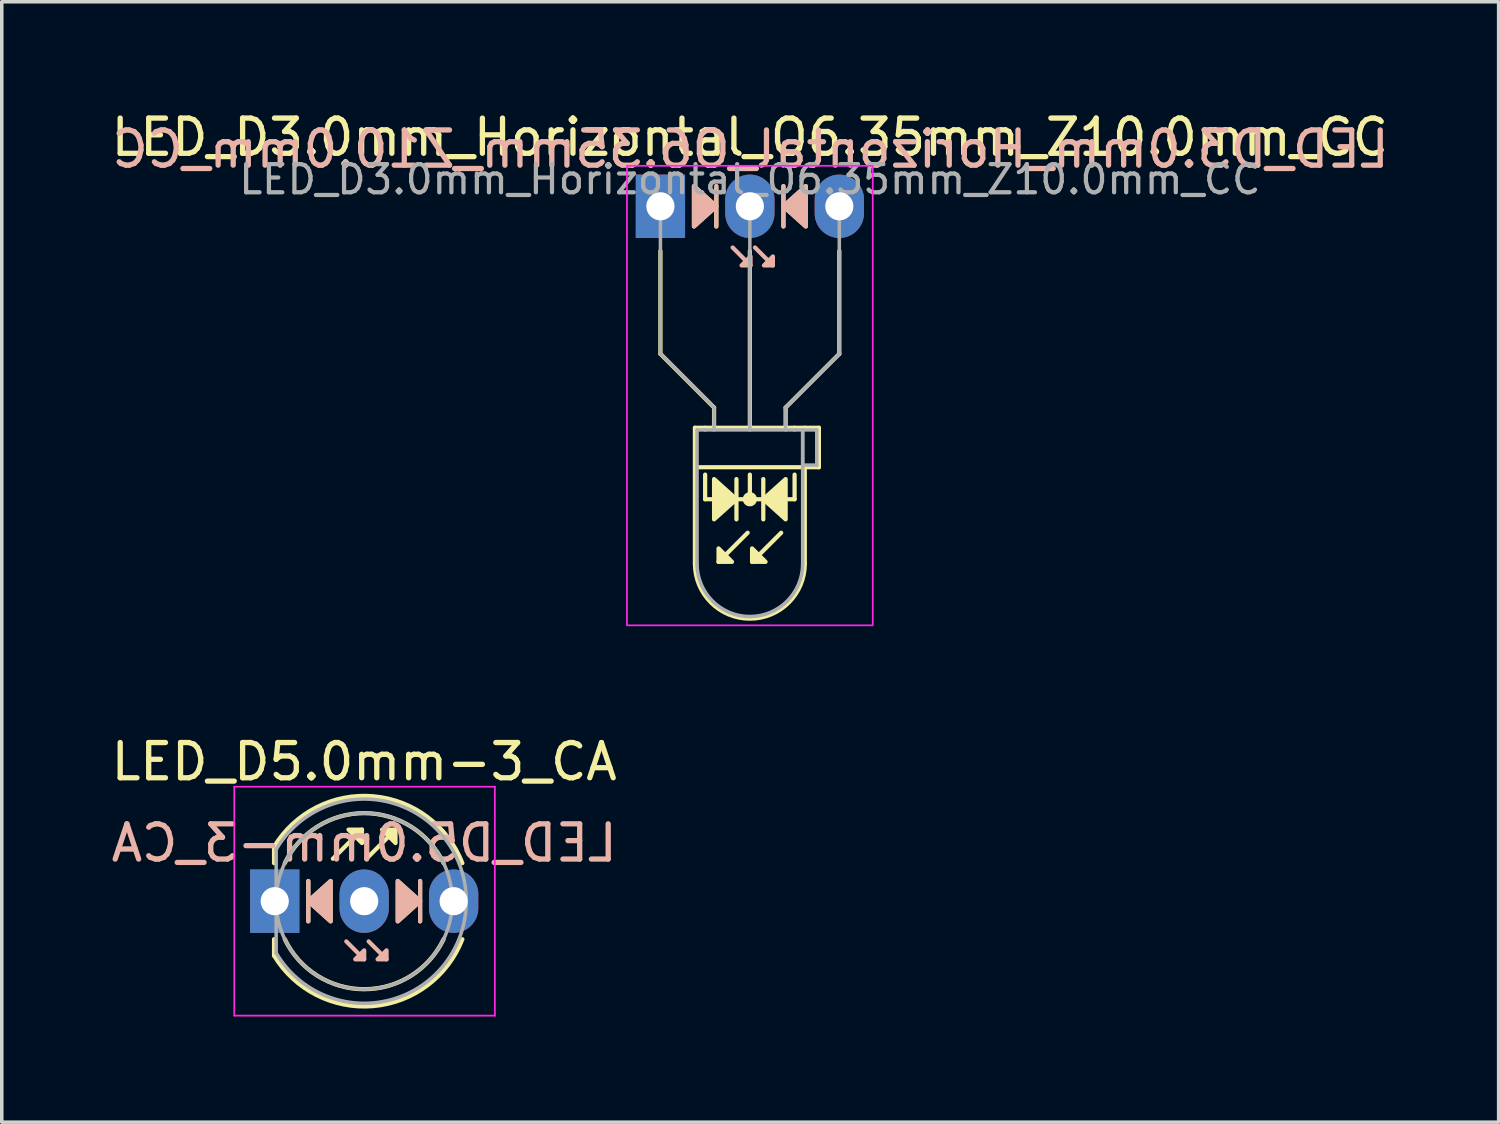
<source format=kicad_pcb>
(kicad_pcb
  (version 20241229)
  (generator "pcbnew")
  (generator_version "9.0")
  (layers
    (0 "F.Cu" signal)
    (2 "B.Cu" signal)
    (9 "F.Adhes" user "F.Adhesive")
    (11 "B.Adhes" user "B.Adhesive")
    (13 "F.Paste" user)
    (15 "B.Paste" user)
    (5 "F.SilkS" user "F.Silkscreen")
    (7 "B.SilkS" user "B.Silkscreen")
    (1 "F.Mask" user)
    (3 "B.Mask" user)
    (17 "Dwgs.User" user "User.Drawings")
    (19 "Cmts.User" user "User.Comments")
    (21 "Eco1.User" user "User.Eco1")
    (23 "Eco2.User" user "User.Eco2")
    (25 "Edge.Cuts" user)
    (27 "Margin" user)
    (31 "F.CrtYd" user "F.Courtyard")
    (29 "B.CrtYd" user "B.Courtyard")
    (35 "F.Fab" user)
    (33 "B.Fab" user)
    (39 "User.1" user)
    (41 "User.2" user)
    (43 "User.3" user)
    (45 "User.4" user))
  (footprint "LED_D5.0mm-3_CA"
    (layer "F.Cu")
    (at 4.752 22.541)
    (property "Reference" "LED_D5.0mm-3_CA" (at 2.54 -3.96 0) (layer "F.SilkS") (effects (font (size 1 1) (thickness 0.15))))
    (fp_line (start -0.02 -1.545) (end -0.02 -1.08) (stroke (width 0.12) (type solid)) (layer "F.SilkS"))
    (fp_line (start -0.02 1.08) (end -0.02 1.545) (stroke (width 0.12) (type solid)) (layer "F.SilkS"))
    (fp_line (start 0.953 -0.572) (end 0.953 0.572) (stroke (width 0.12) (type solid)) (layer "F.SilkS"))
    (fp_line (start 1.651 -1.206) (end 2.477 -2.032) (stroke (width 0.12) (type solid)) (layer "F.SilkS"))
    (fp_line (start 2.603 -1.206) (end 3.429 -2.032) (stroke (width 0.12) (type solid)) (layer "F.SilkS"))
    (fp_line (start 4.128 0.572) (end 4.128 -0.572) (stroke (width 0.12) (type solid)) (layer "F.SilkS"))
    (fp_arc (start -0.02 -1.54483) (mid 2.798456 -2.978809) (end 5.327815 -1.080827) (stroke (width 0.12) (type solid)) (layer "F.SilkS"))
    (fp_arc (start 0.285316 -1.08) (mid 2.539762 -2.5) (end 4.794479 -1.080429) (stroke (width 0.12) (type solid)) (layer "F.SilkS"))
    (fp_arc (start 4.794479 1.080429) (mid 2.539762 2.5) (end 0.285316 1.08) (stroke (width 0.12) (type solid)) (layer "F.SilkS"))
    (fp_arc (start 5.327815 1.080827) (mid 2.798456 2.978808) (end -0.02 1.54483) (stroke (width 0.12) (type solid)) (layer "F.SilkS"))
    (fp_poly (pts (xy 1.587 0.572) (xy 0.953 0) (xy 1.587 -0.572)) (stroke (width 0.12) (type solid)) (fill yes) (layer "F.SilkS"))
    (fp_poly (pts (xy 2.477 -1.651) (xy 2.095 -2.032) (xy 2.477 -2.032)) (stroke (width 0.12) (type solid)) (fill yes) (layer "F.SilkS"))
    (fp_poly (pts (xy 3.429 -1.651) (xy 3.048 -2.032) (xy 3.429 -2.032)) (stroke (width 0.12) (type solid)) (fill yes) (layer "F.SilkS"))
    (fp_poly (pts (xy 3.493 -0.572) (xy 4.128 0) (xy 3.493 0.572)) (stroke (width 0.12) (type solid)) (fill yes) (layer "F.SilkS"))
    (fp_line (start 0.953 -0.572) (end 0.953 0.572) (stroke (width 0.12) (type solid)) (layer "B.SilkS"))
    (fp_line (start 2.54 1.651) (end 2.032 1.143) (stroke (width 0.12) (type solid)) (layer "B.SilkS"))
    (fp_line (start 3.175 1.651) (end 2.667 1.143) (stroke (width 0.12) (type solid)) (layer "B.SilkS"))
    (fp_line (start 4.128 0.572) (end 4.128 -0.572) (stroke (width 0.12) (type solid)) (layer "B.SilkS"))
    (fp_poly (pts (xy 1.587 0.572) (xy 0.953 0) (xy 1.587 -0.572)) (stroke (width 0.12) (type solid)) (fill yes) (layer "B.SilkS"))
    (fp_poly (pts (xy 2.54 1.397) (xy 2.286 1.651) (xy 2.54 1.651)) (stroke (width 0.12) (type solid)) (fill yes) (layer "B.SilkS"))
    (fp_poly (pts (xy 3.175 1.397) (xy 2.921 1.651) (xy 3.175 1.651)) (stroke (width 0.12) (type solid)) (fill yes) (layer "B.SilkS"))
    (fp_poly (pts (xy 3.493 0.572) (xy 4.128 0) (xy 3.493 -0.572)) (stroke (width 0.12) (type solid)) (fill yes) (layer "B.SilkS"))
    (fp_line (start -1.15 -3.25) (end -1.15 3.25) (stroke (width 0.05) (type solid)) (layer "F.CrtYd"))
    (fp_line (start -1.15 3.25) (end 6.25 3.25) (stroke (width 0.05) (type solid)) (layer "F.CrtYd"))
    (fp_line (start 6.25 -3.25) (end -1.15 -3.25) (stroke (width 0.05) (type solid)) (layer "F.CrtYd"))
    (fp_line (start 6.25 3.25) (end 6.25 -3.25) (stroke (width 0.05) (type solid)) (layer "F.CrtYd"))
    (fp_line (start 0.04 -1.47) (end 0.04 1.47) (stroke (width 0.1) (type solid)) (layer "F.Fab"))
    (fp_arc (start 0.04 -1.469694) (mid 5.44 0.000016) (end 0.039984 1.469666) (stroke (width 0.1) (type solid)) (layer "F.Fab"))
    (fp_circle (center 2.54 0) (end 5.04 0) (stroke (width 0.1) (type solid)) (fill no) (layer "F.Fab"))
    (fp_text user "${REFERENCE}" (at 2.54 -1.651 0) (layer "B.SilkS") (effects (font (size 1 1) (thickness 0.15)) (justify mirror)))
    (pad "1" thru_hole rect (at 0 0) (size 1.4 1.8) (drill 0.8) (layers "*.Cu" "*.Mask"))
    (pad "2" thru_hole oval (at 2.54 0) (size 1.4 1.8) (drill 0.8) (layers "*.Cu" "*.Mask"))
    (pad "3" thru_hole oval (at 5.08 0) (size 1.4 1.8) (drill 0.8) (layers "*.Cu" "*.Mask")))
  (footprint "LED_D3.0mm_Horizontal_O6.35mm_Z10.0mm_CC"
    (layer "F.Cu")
    (at 15.704 2.808)
    (property "Reference" "LED_D3.0mm_Horizontal_O6.35mm_Z10.0mm_CC" (at 2.54 -1.96 0) (layer "F.SilkS") (effects (font (size 1 1) (thickness 0.15))))
    (fp_line (start 0 1.27) (end 0 4.191) (stroke (width 0.12) (type default)) (layer "F.SilkS"))
    (fp_line (start 0 4.191) (end 1.524 5.715) (stroke (width 0.12) (type default)) (layer "F.SilkS"))
    (fp_line (start 0.98 6.29) (end 0.98 10.15) (stroke (width 0.12) (type solid)) (layer "F.SilkS"))
    (fp_line (start 0.98 6.29) (end 4.1 6.29) (stroke (width 0.12) (type solid)) (layer "F.SilkS"))
    (fp_line (start 1.27 6.29) (end 1.27 6.29) (stroke (width 0.12) (type solid)) (layer "F.SilkS"))
    (fp_line (start 1.27 8.319) (end 1.27 7.62) (stroke (width 0.12) (type default)) (layer "F.SilkS"))
    (fp_line (start 1.524 5.715) (end 1.524 6.223) (stroke (width 0.12) (type default)) (layer "F.SilkS"))
    (fp_line (start 1.587 0.572) (end 1.587 -0.572) (stroke (width 0.12) (type solid)) (layer "F.SilkS"))
    (fp_line (start 2.159 8.89) (end 2.159 7.747) (stroke (width 0.12) (type solid)) (layer "F.SilkS"))
    (fp_line (start 2.477 9.271) (end 1.651 10.097) (stroke (width 0.12) (type solid)) (layer "F.SilkS"))
    (fp_line (start 2.54 6.29) (end 2.54 1.27) (stroke (width 0.12) (type default)) (layer "F.SilkS"))
    (fp_line (start 2.54 8.319) (end 2.54 7.62) (stroke (width 0.12) (type default)) (layer "F.SilkS"))
    (fp_line (start 2.921 7.747) (end 2.921 8.89) (stroke (width 0.12) (type solid)) (layer "F.SilkS"))
    (fp_line (start 3.429 9.271) (end 2.603 10.097) (stroke (width 0.12) (type solid)) (layer "F.SilkS"))
    (fp_line (start 3.493 -0.572) (end 3.493 0.572) (stroke (width 0.12) (type solid)) (layer "F.SilkS"))
    (fp_line (start 3.556 5.715) (end 3.556 6.223) (stroke (width 0.12) (type default)) (layer "F.SilkS"))
    (fp_line (start 3.81 6.29) (end 3.81 6.29) (stroke (width 0.12) (type solid)) (layer "F.SilkS"))
    (fp_line (start 3.81 8.319) (end 1.27 8.319) (stroke (width 0.12) (type default)) (layer "F.SilkS"))
    (fp_line (start 3.81 8.319) (end 3.81 7.62) (stroke (width 0.12) (type default)) (layer "F.SilkS"))
    (fp_line (start 4.1 6.29) (end 4.5 6.29) (stroke (width 0.12) (type solid)) (layer "F.SilkS"))
    (fp_line (start 4.1 7.41) (end 4.1 10.15) (stroke (width 0.12) (type solid)) (layer "F.SilkS"))
    (fp_line (start 4.5 6.29) (end 4.5 7.41) (stroke (width 0.12) (type solid)) (layer "F.SilkS"))
    (fp_line (start 4.5 7.41) (end 1.016 7.41) (stroke (width 0.12) (type solid)) (layer "F.SilkS"))
    (fp_line (start 5.08 1.27) (end 5.08 4.191) (stroke (width 0.12) (type default)) (layer "F.SilkS"))
    (fp_line (start 5.08 4.191) (end 3.556 5.715) (stroke (width 0.12) (type default)) (layer "F.SilkS"))
    (fp_arc (start 4.1 10.15) (mid 2.54 11.71) (end 0.98 10.15) (stroke (width 0.12) (type solid)) (layer "F.SilkS"))
    (fp_circle (center 2.54 8.319) (end 2.682 8.319) (stroke (width 0.12) (type solid)) (fill yes) (layer "F.SilkS"))
    (fp_poly (pts (xy 0.953 -0.572) (xy 1.587 0) (xy 0.953 0.572)) (stroke (width 0.12) (type solid)) (fill yes) (layer "F.SilkS"))
    (fp_poly (pts (xy 1.524 7.747) (xy 2.159 8.319) (xy 1.524 8.89)) (stroke (width 0.12) (type solid)) (fill yes) (layer "F.SilkS"))
    (fp_poly (pts (xy 1.651 9.716) (xy 2.032 10.097) (xy 1.651 10.097)) (stroke (width 0.12) (type solid)) (fill yes) (layer "F.SilkS"))
    (fp_poly (pts (xy 2.603 9.716) (xy 2.985 10.097) (xy 2.603 10.097)) (stroke (width 0.12) (type solid)) (fill yes) (layer "F.SilkS"))
    (fp_poly (pts (xy 3.556 8.89) (xy 2.921 8.319) (xy 3.556 7.747)) (stroke (width 0.12) (type solid)) (fill yes) (layer "F.SilkS"))
    (fp_poly (pts (xy 4.128 0.572) (xy 3.493 0) (xy 4.128 -0.572)) (stroke (width 0.12) (type solid)) (fill yes) (layer "F.SilkS"))
    (fp_line (start 1.587 0.572) (end 1.587 -0.572) (stroke (width 0.12) (type solid)) (layer "B.SilkS"))
    (fp_line (start 2.559 1.679) (end 2.051 1.171) (stroke (width 0.12) (type solid)) (layer "B.SilkS"))
    (fp_line (start 3.194 1.679) (end 2.686 1.171) (stroke (width 0.12) (type solid)) (layer "B.SilkS"))
    (fp_line (start 3.493 -0.572) (end 3.493 0.572) (stroke (width 0.12) (type solid)) (layer "B.SilkS"))
    (fp_poly (pts (xy 0.953 0.572) (xy 1.587 0) (xy 0.953 -0.572)) (stroke (width 0.12) (type solid)) (fill yes) (layer "B.SilkS"))
    (fp_poly (pts (xy 2.559 1.425) (xy 2.305 1.679) (xy 2.559 1.679)) (stroke (width 0.12) (type solid)) (fill yes) (layer "B.SilkS"))
    (fp_poly (pts (xy 3.194 1.425) (xy 2.94 1.679) (xy 3.194 1.679)) (stroke (width 0.12) (type solid)) (fill yes) (layer "B.SilkS"))
    (fp_poly (pts (xy 4.128 0.572) (xy 3.493 0) (xy 4.128 -0.572)) (stroke (width 0.12) (type solid)) (fill yes) (layer "B.SilkS"))
    (fp_rect (start -0.95 -1.15) (end 6.03 11.9) (stroke (width 0.05) (type default)) (fill no) (layer "F.CrtYd"))
    (fp_line (start 0 0) (end 0 0) (stroke (width 0.1) (type solid)) (layer "F.Fab"))
    (fp_line (start 0 4.191) (end 0 0) (stroke (width 0.1) (type default)) (layer "F.Fab"))
    (fp_line (start 1.04 6.35) (end 1.04 10.15) (stroke (width 0.1) (type solid)) (layer "F.Fab"))
    (fp_line (start 1.04 6.35) (end 4.04 6.35) (stroke (width 0.1) (type solid)) (layer "F.Fab"))
    (fp_line (start 1.27 6.35) (end 1.27 6.35) (stroke (width 0.1) (type solid)) (layer "F.Fab"))
    (fp_line (start 1.524 5.715) (end 0 4.191) (stroke (width 0.1) (type default)) (layer "F.Fab"))
    (fp_line (start 1.524 6.35) (end 1.524 5.715) (stroke (width 0.1) (type default)) (layer "F.Fab"))
    (fp_line (start 2.54 0) (end 2.54 0) (stroke (width 0.1) (type solid)) (layer "F.Fab"))
    (fp_line (start 2.54 0) (end 2.54 6.35) (stroke (width 0.1) (type default)) (layer "F.Fab"))
    (fp_line (start 3.556 5.715) (end 5.08 4.191) (stroke (width 0.1) (type default)) (layer "F.Fab"))
    (fp_line (start 3.556 6.35) (end 3.556 5.715) (stroke (width 0.1) (type default)) (layer "F.Fab"))
    (fp_line (start 3.81 6.35) (end 3.81 6.35) (stroke (width 0.1) (type solid)) (layer "F.Fab"))
    (fp_line (start 4.04 6.35) (end 4.04 10.15) (stroke (width 0.1) (type solid)) (layer "F.Fab"))
    (fp_line (start 4.04 6.35) (end 4.44 6.35) (stroke (width 0.1) (type solid)) (layer "F.Fab"))
    (fp_line (start 4.04 7.35) (end 4.04 6.35) (stroke (width 0.1) (type solid)) (layer "F.Fab"))
    (fp_line (start 4.44 6.35) (end 4.44 7.35) (stroke (width 0.1) (type solid)) (layer "F.Fab"))
    (fp_line (start 4.44 7.35) (end 4.04 7.35) (stroke (width 0.1) (type solid)) (layer "F.Fab"))
    (fp_line (start 5.08 4.191) (end 5.08 0) (stroke (width 0.1) (type default)) (layer "F.Fab"))
    (fp_arc (start 4.04 10.15) (mid 2.54 11.65) (end 1.04 10.15) (stroke (width 0.1) (type solid)) (layer "F.Fab"))
    (fp_text user "${REFERENCE}" (at 2.559 -1.623 0) (layer "B.SilkS") (effects (font (size 1 1) (thickness 0.15)) (justify mirror)))
    (fp_text user "${REFERENCE}" (at 2.54 -0.762 0) (layer "F.Fab") (effects (font (size 0.8 0.8) (thickness 0.12))))
    (pad "1" thru_hole rect (at 0 0) (size 1.4 1.8) (drill 0.8) (layers "*.Cu" "*.Mask"))
    (pad "2" thru_hole oval (at 2.54 0) (size 1.4 1.8) (drill 0.8) (layers "*.Cu" "*.Mask"))
    (pad "3" thru_hole oval (at 5.08 0) (size 1.4 1.8) (drill 0.8) (layers "*.Cu" "*.Mask")))
  (gr_rect
    (start -3 -3)
    (end 39.507 28.817)
    (stroke (width 0.1) (type default))
    (fill no)
    (layer "Edge.Cuts")))
</source>
